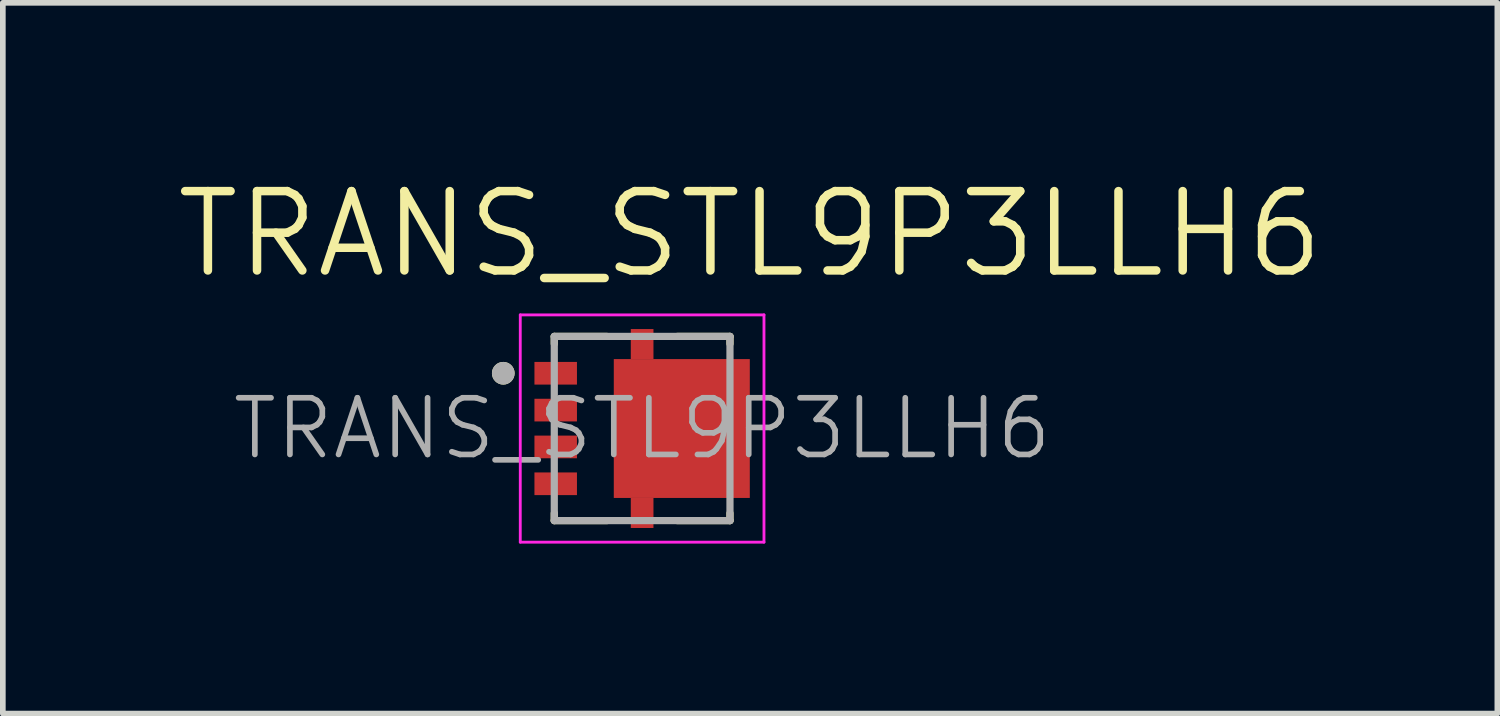
<source format=kicad_pcb>
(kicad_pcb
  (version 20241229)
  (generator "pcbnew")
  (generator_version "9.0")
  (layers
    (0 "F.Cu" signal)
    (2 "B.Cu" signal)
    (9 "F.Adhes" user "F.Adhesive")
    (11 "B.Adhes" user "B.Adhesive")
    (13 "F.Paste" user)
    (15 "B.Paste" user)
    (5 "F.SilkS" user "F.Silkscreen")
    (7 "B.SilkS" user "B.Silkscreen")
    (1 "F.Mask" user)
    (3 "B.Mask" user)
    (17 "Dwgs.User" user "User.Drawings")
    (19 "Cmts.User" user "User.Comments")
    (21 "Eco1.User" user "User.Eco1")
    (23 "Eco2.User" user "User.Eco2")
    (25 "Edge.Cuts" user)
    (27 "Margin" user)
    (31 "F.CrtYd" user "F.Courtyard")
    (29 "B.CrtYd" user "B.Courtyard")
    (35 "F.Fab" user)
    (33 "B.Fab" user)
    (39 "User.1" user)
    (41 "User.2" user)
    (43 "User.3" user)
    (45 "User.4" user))
  (footprint "TRANS_STL9P3LLH6"
    (layer "F.Cu")
    (at 8.28 4.511)
    (property "Reference" "TRANS_STL9P3LLH6" (at 1.905 -3.429 0) (layer "F.SilkS") (effects (font (size 1.4 1.4) (thickness 0.15))))
    (attr smd)
    (fp_poly (pts (xy -0.3 -1.855) (xy 0.3 -1.855) (xy 0.3 1.855) (xy -0.3 1.855)) (stroke (width 0.01) (type solid)) (fill yes) (layer "F.Mask"))
    (fp_line (start -1.55 -1.625) (end -1.55 -1.495) (stroke (width 0.127) (type solid)) (layer "F.SilkS"))
    (fp_line (start -1.55 -1.625) (end -0.62 -1.625) (stroke (width 0.127) (type solid)) (layer "F.SilkS"))
    (fp_line (start -1.55 1.495) (end -1.55 1.625) (stroke (width 0.127) (type solid)) (layer "F.SilkS"))
    (fp_line (start -0.62 1.625) (end -1.55 1.625) (stroke (width 0.127) (type solid)) (layer "F.SilkS"))
    (fp_line (start 0.62 -1.625) (end 1.55 -1.625) (stroke (width 0.127) (type solid)) (layer "F.SilkS"))
    (fp_line (start 1.55 -1.495) (end 1.55 -1.625) (stroke (width 0.127) (type solid)) (layer "F.SilkS"))
    (fp_line (start 1.55 1.625) (end 0.62 1.625) (stroke (width 0.127) (type solid)) (layer "F.SilkS"))
    (fp_line (start 1.55 1.625) (end 1.55 1.495) (stroke (width 0.127) (type solid)) (layer "F.SilkS"))
    (fp_circle (center -2.45 -0.975) (end -2.35 -0.975) (stroke (width 0.2) (type solid)) (fill no) (layer "F.SilkS"))
    (fp_poly (pts (xy -0.06 -0.775) (xy 1.46 -0.775) (xy 1.46 0.775) (xy -0.06 0.775)) (stroke (width 0.01) (type solid)) (fill yes) (layer "F.Paste"))
    (fp_line (start -2.15 -2.005) (end -2.15 2.005) (stroke (width 0.05) (type solid)) (layer "F.CrtYd"))
    (fp_line (start -2.15 -2.005) (end 2.15 -2.005) (stroke (width 0.05) (type solid)) (layer "F.CrtYd"))
    (fp_line (start 2.15 2.005) (end -2.15 2.005) (stroke (width 0.05) (type solid)) (layer "F.CrtYd"))
    (fp_line (start 2.15 2.005) (end 2.15 -2.005) (stroke (width 0.05) (type solid)) (layer "F.CrtYd"))
    (fp_line (start -1.55 -1.625) (end -1.55 1.625) (stroke (width 0.127) (type solid)) (layer "F.Fab"))
    (fp_line (start -1.55 -1.625) (end 1.55 -1.625) (stroke (width 0.127) (type solid)) (layer "F.Fab"))
    (fp_line (start 1.55 1.625) (end -1.55 1.625) (stroke (width 0.127) (type solid)) (layer "F.Fab"))
    (fp_line (start 1.55 1.625) (end 1.55 -1.625) (stroke (width 0.127) (type solid)) (layer "F.Fab"))
    (fp_circle (center -2.45 -0.975) (end -2.35 -0.975) (stroke (width 0.2) (type solid)) (fill no) (layer "F.Fab"))
    (fp_text user "${REFERENCE}" (at 0 0 0) (unlocked yes) (layer "F.Fab") (effects (font (size 1 1) (thickness 0.1))))
    (pad "1" smd rect (at -1.525 -0.975) (size 0.75 0.4) (layers "F.Cu" "F.Mask" "F.Paste"))
    (pad "2" smd rect (at -1.525 -0.325) (size 0.75 0.4) (layers "F.Cu" "F.Mask" "F.Paste"))
    (pad "3" smd rect (at -1.525 0.325) (size 0.75 0.4) (layers "F.Cu" "F.Mask" "F.Paste"))
    (pad "4" smd rect (at -1.525 0.975) (size 0.75 0.4) (layers "F.Cu" "F.Mask" "F.Paste"))
    (pad "5" smd rect (at 0 -1.49) (size 0.4 0.53) (layers "F.Cu" "F.Mask" "F.Paste"))
    (pad "5" smd rect (at 0 1.49) (size 0.4 0.53) (layers "F.Cu" "F.Mask" "F.Paste"))
    (pad "5" smd rect (at 0.7 0) (size 2.4 2.45) (layers "F.Cu" "F.Mask")))
  (gr_rect
    (start -3 -3)
    (end 23.37 9.541)
    (stroke (width 0.1) (type default))
    (fill no)
    (layer "Edge.Cuts")))
</source>
